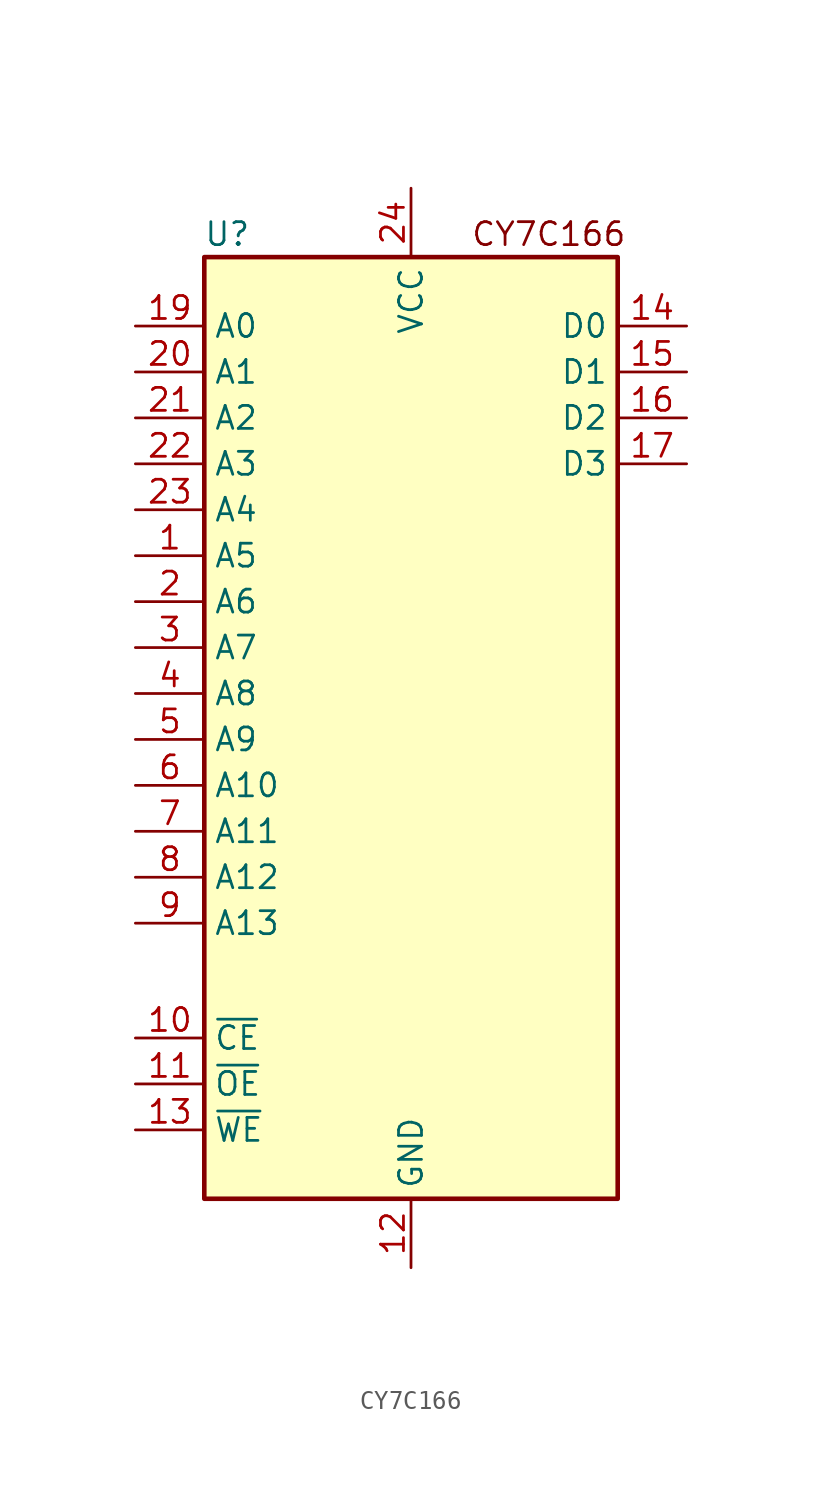
<source format=kicad_sym>
(kicad_symbol_lib
  (version 20220914)
  (generator kicad_symbol_editor)
  (symbol "CY7C166"
    (property "Reference" "U"
      (at -10.16 27.94 0)
      (effects (font (size 1.27 1.27))))
    (property "Value" ""
      (at 0 0 0)
      (effects (font (size 1.27 1.27))))
    (symbol "CY7C166_0_1"
      (rectangle (start -11.43 26.67) (end 11.43 -25.4) (stroke (width 0.254) (type default)) (fill (type background))))
    (symbol "CY7C166_1_0"
      (pin power_in line (at 0 -29.21 90) (length 3.81) (name "GND" (effects (font (size 1.27 1.27)))) (number "12" (effects (font (size 1.27 1.27)))))
      (pin power_in line (at 0 30.48 270) (length 3.81) (name "VCC" (effects (font (size 1.27 1.27)))) (number "24" (effects (font (size 1.27 1.27))))))
    (symbol "CY7C166_1_1"
      (text "CY7C166\n" (at 7.62 27.94 0) (effects (font (size 1.27 1.27))))
      (pin input line (at -15.24 10.16 0) (length 3.81) (name "A5" (effects (font (size 1.27 1.27)))) (number "1" (effects (font (size 1.27 1.27)))))
      (pin input line (at -15.24 -16.51 0) (length 3.81) (name "~{CE}" (effects (font (size 1.27 1.27)))) (number "10" (effects (font (size 1.27 1.27)))))
      (pin input line (at -15.24 -19.05 0) (length 3.81) (name "~{OE}" (effects (font (size 1.27 1.27)))) (number "11" (effects (font (size 1.27 1.27)))))
      (pin input line (at -15.24 -21.59 0) (length 3.81) (name "~{WE}" (effects (font (size 1.27 1.27)))) (number "13" (effects (font (size 1.27 1.27)))))
      (pin tri_state line (at 15.24 22.86 180) (length 3.81) (name "D0" (effects (font (size 1.27 1.27)))) (number "14" (effects (font (size 1.27 1.27)))))
      (pin tri_state line (at 15.24 20.32 180) (length 3.81) (name "D1" (effects (font (size 1.27 1.27)))) (number "15" (effects (font (size 1.27 1.27)))))
      (pin tri_state line (at 15.24 17.78 180) (length 3.81) (name "D2" (effects (font (size 1.27 1.27)))) (number "16" (effects (font (size 1.27 1.27)))))
      (pin tri_state line (at 15.24 15.24 180) (length 3.81) (name "D3" (effects (font (size 1.27 1.27)))) (number "17" (effects (font (size 1.27 1.27)))))
      (pin input line (at -15.24 22.86 0) (length 3.81) (name "A0" (effects (font (size 1.27 1.27)))) (number "19" (effects (font (size 1.27 1.27)))))
      (pin input line (at -15.24 7.62 0) (length 3.81) (name "A6" (effects (font (size 1.27 1.27)))) (number "2" (effects (font (size 1.27 1.27)))))
      (pin input line (at -15.24 20.32 0) (length 3.81) (name "A1" (effects (font (size 1.27 1.27)))) (number "20" (effects (font (size 1.27 1.27)))))
      (pin input line (at -15.24 17.78 0) (length 3.81) (name "A2" (effects (font (size 1.27 1.27)))) (number "21" (effects (font (size 1.27 1.27)))))
      (pin input line (at -15.24 15.24 0) (length 3.81) (name "A3" (effects (font (size 1.27 1.27)))) (number "22" (effects (font (size 1.27 1.27)))))
      (pin input line (at -15.24 12.7 0) (length 3.81) (name "A4" (effects (font (size 1.27 1.27)))) (number "23" (effects (font (size 1.27 1.27)))))
      (pin input line (at -15.24 5.08 0) (length 3.81) (name "A7" (effects (font (size 1.27 1.27)))) (number "3" (effects (font (size 1.27 1.27)))))
      (pin input line (at -15.24 2.54 0) (length 3.81) (name "A8" (effects (font (size 1.27 1.27)))) (number "4" (effects (font (size 1.27 1.27)))))
      (pin input line (at -15.24 0 0) (length 3.81) (name "A9" (effects (font (size 1.27 1.27)))) (number "5" (effects (font (size 1.27 1.27)))))
      (pin input line (at -15.24 -2.54 0) (length 3.81) (name "A10" (effects (font (size 1.27 1.27)))) (number "6" (effects (font (size 1.27 1.27)))))
      (pin input line (at -15.24 -5.08 0) (length 3.81) (name "A11" (effects (font (size 1.27 1.27)))) (number "7" (effects (font (size 1.27 1.27)))))
      (pin input line (at -15.24 -7.62 0) (length 3.81) (name "A12" (effects (font (size 1.27 1.27)))) (number "8" (effects (font (size 1.27 1.27)))))
      (pin input line (at -15.24 -10.16 0) (length 3.81) (name "A13" (effects (font (size 1.27 1.27)))) (number "9" (effects (font (size 1.27 1.27))))))))
</source>
